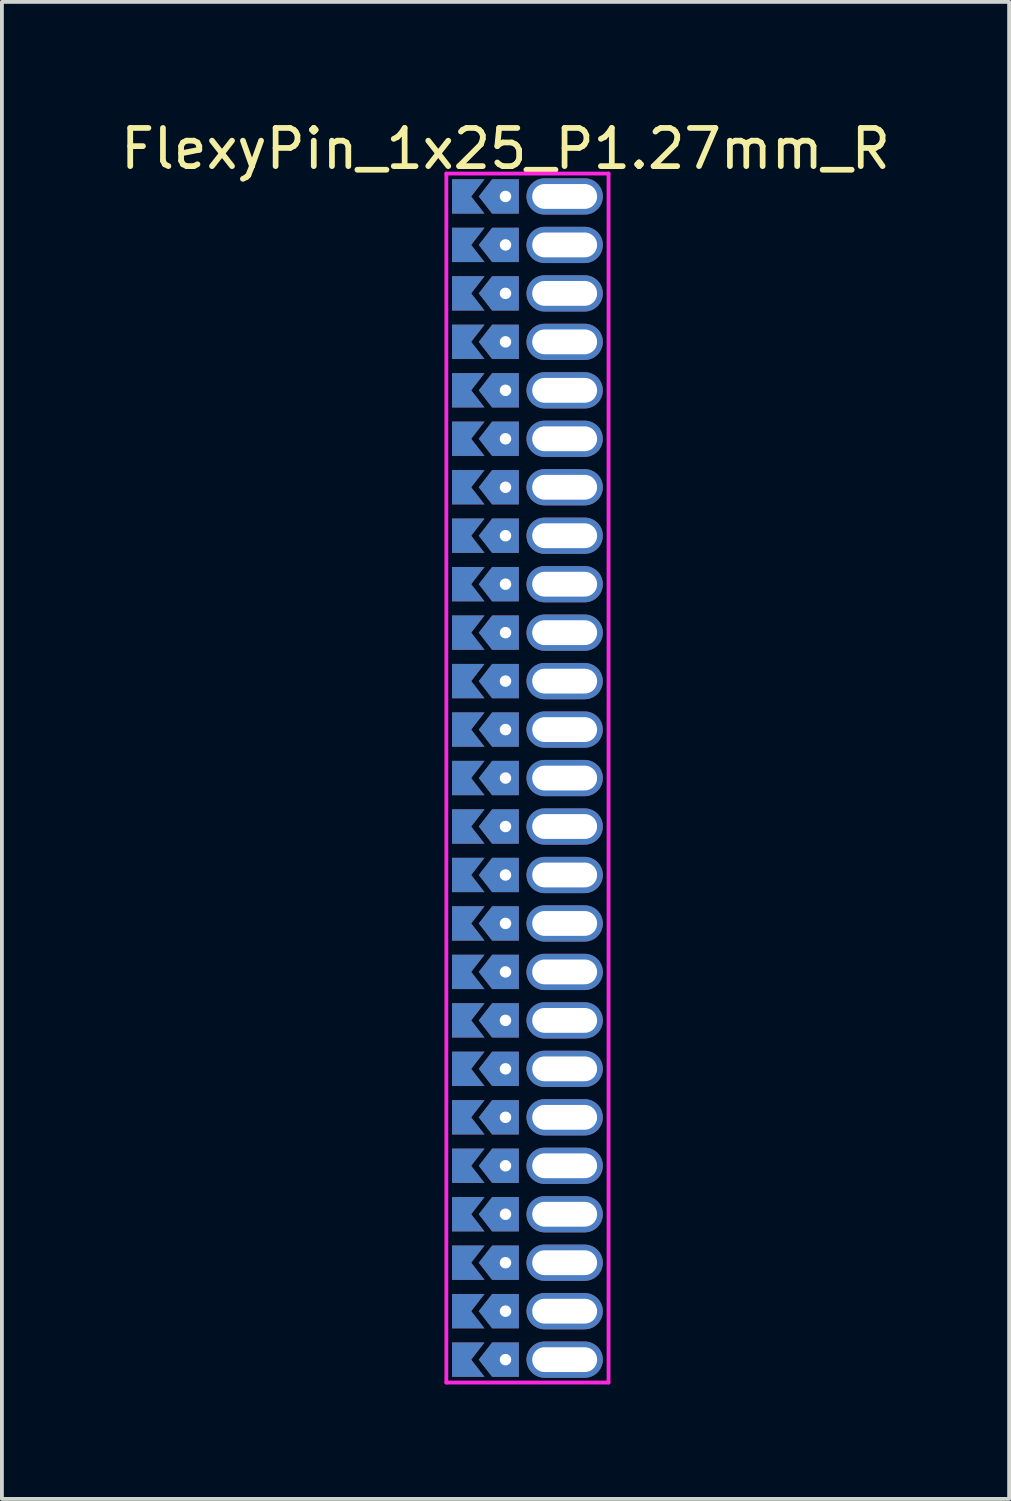
<source format=kicad_pcb>
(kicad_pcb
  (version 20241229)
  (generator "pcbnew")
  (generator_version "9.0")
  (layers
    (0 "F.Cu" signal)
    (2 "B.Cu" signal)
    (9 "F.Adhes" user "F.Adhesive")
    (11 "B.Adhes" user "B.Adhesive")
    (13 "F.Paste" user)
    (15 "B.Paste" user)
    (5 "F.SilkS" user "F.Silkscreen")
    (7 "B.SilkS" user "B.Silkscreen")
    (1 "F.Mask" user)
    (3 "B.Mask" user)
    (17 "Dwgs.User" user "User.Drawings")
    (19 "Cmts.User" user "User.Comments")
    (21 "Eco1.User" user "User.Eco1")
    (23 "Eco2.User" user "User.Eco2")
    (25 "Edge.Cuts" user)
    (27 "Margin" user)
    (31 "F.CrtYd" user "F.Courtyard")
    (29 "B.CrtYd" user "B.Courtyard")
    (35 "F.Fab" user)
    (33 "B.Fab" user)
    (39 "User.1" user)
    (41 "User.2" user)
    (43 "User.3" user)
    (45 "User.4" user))
  (footprint "FlexyPin_1x25_P1.27mm_R"
    (layer "F.Cu")
    (at 10.196 2.098)
    (property "Reference" "FlexyPin_1x25_P1.27mm_R" (at 0 -1.25 0) (layer "F.SilkS") (effects (font (size 1 1) (thickness 0.15))))
    (attr through_hole)
    (fp_line (start -1.55 -0.6) (end 2.7 -0.6) (stroke (width 0.1) (type solid)) (layer "F.CrtYd"))
    (fp_line (start -1.55 31.08) (end -1.55 -0.6) (stroke (width 0.1) (type solid)) (layer "F.CrtYd"))
    (fp_line (start 2.7 -0.6) (end 2.7 31.08) (stroke (width 0.1) (type solid)) (layer "F.CrtYd"))
    (fp_line (start 2.7 31.08) (end -1.55 31.08) (stroke (width 0.1) (type solid)) (layer "F.CrtYd"))
    (pad "" thru_hole custom (at 0 0) (size 0.3 0.3) (drill 0.6) (layers "*.Cu" "*.Mask") (options (anchor rect)) (primitives (gr_poly (pts (xy 0.35 0.45) (xy 0.35 -0.45) (xy -0.35 -0.45) (xy -0.7 0) (xy -0.35 0.45)) (width 0) (fill yes))))
    (pad "" thru_hole custom (at 0 1.27) (size 0.3 0.3) (drill 0.6) (layers "*.Cu" "*.Mask") (options (anchor rect)) (primitives (gr_poly (pts (xy 0.35 0.45) (xy 0.35 -0.45) (xy -0.35 -0.45) (xy -0.7 0) (xy -0.35 0.45)) (width 0) (fill yes))))
    (pad "" thru_hole custom (at 0 2.54) (size 0.3 0.3) (drill 0.6) (layers "*.Cu" "*.Mask") (options (anchor rect)) (primitives (gr_poly (pts (xy 0.35 0.45) (xy 0.35 -0.45) (xy -0.35 -0.45) (xy -0.7 0) (xy -0.35 0.45)) (width 0) (fill yes))))
    (pad "" thru_hole custom (at 0 3.81) (size 0.3 0.3) (drill 0.6) (layers "*.Cu" "*.Mask") (options (anchor rect)) (primitives (gr_poly (pts (xy 0.35 0.45) (xy 0.35 -0.45) (xy -0.35 -0.45) (xy -0.7 0) (xy -0.35 0.45)) (width 0) (fill yes))))
    (pad "" thru_hole custom (at 0 5.08) (size 0.3 0.3) (drill 0.6) (layers "*.Cu" "*.Mask") (options (anchor rect)) (primitives (gr_poly (pts (xy 0.35 0.45) (xy 0.35 -0.45) (xy -0.35 -0.45) (xy -0.7 0) (xy -0.35 0.45)) (width 0) (fill yes))))
    (pad "" thru_hole custom (at 0 6.35) (size 0.3 0.3) (drill 0.6) (layers "*.Cu" "*.Mask") (options (anchor rect)) (primitives (gr_poly (pts (xy 0.35 0.45) (xy 0.35 -0.45) (xy -0.35 -0.45) (xy -0.7 0) (xy -0.35 0.45)) (width 0) (fill yes))))
    (pad "" thru_hole custom (at 0 7.62) (size 0.3 0.3) (drill 0.6) (layers "*.Cu" "*.Mask") (options (anchor rect)) (primitives (gr_poly (pts (xy 0.35 0.45) (xy 0.35 -0.45) (xy -0.35 -0.45) (xy -0.7 0) (xy -0.35 0.45)) (width 0) (fill yes))))
    (pad "" thru_hole custom (at 0 8.89) (size 0.3 0.3) (drill 0.6) (layers "*.Cu" "*.Mask") (options (anchor rect)) (primitives (gr_poly (pts (xy 0.35 0.45) (xy 0.35 -0.45) (xy -0.35 -0.45) (xy -0.7 0) (xy -0.35 0.45)) (width 0) (fill yes))))
    (pad "" thru_hole custom (at 0 10.16) (size 0.3 0.3) (drill 0.6) (layers "*.Cu" "*.Mask") (options (anchor rect)) (primitives (gr_poly (pts (xy 0.35 0.45) (xy 0.35 -0.45) (xy -0.35 -0.45) (xy -0.7 0) (xy -0.35 0.45)) (width 0) (fill yes))))
    (pad "" thru_hole custom (at 0 11.43) (size 0.3 0.3) (drill 0.6) (layers "*.Cu" "*.Mask") (options (anchor rect)) (primitives (gr_poly (pts (xy 0.35 0.45) (xy 0.35 -0.45) (xy -0.35 -0.45) (xy -0.7 0) (xy -0.35 0.45)) (width 0) (fill yes))))
    (pad "" thru_hole custom (at 0 12.7) (size 0.3 0.3) (drill 0.6) (layers "*.Cu" "*.Mask") (options (anchor rect)) (primitives (gr_poly (pts (xy 0.35 0.45) (xy 0.35 -0.45) (xy -0.35 -0.45) (xy -0.7 0) (xy -0.35 0.45)) (width 0) (fill yes))))
    (pad "" thru_hole custom (at 0 13.97) (size 0.3 0.3) (drill 0.6) (layers "*.Cu" "*.Mask") (options (anchor rect)) (primitives (gr_poly (pts (xy 0.35 0.45) (xy 0.35 -0.45) (xy -0.35 -0.45) (xy -0.7 0) (xy -0.35 0.45)) (width 0) (fill yes))))
    (pad "" thru_hole custom (at 0 15.24) (size 0.3 0.3) (drill 0.6) (layers "*.Cu" "*.Mask") (options (anchor rect)) (primitives (gr_poly (pts (xy 0.35 0.45) (xy 0.35 -0.45) (xy -0.35 -0.45) (xy -0.7 0) (xy -0.35 0.45)) (width 0) (fill yes))))
    (pad "" thru_hole custom (at 0 16.51) (size 0.3 0.3) (drill 0.6) (layers "*.Cu" "*.Mask") (options (anchor rect)) (primitives (gr_poly (pts (xy 0.35 0.45) (xy 0.35 -0.45) (xy -0.35 -0.45) (xy -0.7 0) (xy -0.35 0.45)) (width 0) (fill yes))))
    (pad "" thru_hole custom (at 0 17.78) (size 0.3 0.3) (drill 0.6) (layers "*.Cu" "*.Mask") (options (anchor rect)) (primitives (gr_poly (pts (xy 0.35 0.45) (xy 0.35 -0.45) (xy -0.35 -0.45) (xy -0.7 0) (xy -0.35 0.45)) (width 0) (fill yes))))
    (pad "" thru_hole custom (at 0 19.05) (size 0.3 0.3) (drill 0.6) (layers "*.Cu" "*.Mask") (options (anchor rect)) (primitives (gr_poly (pts (xy 0.35 0.45) (xy 0.35 -0.45) (xy -0.35 -0.45) (xy -0.7 0) (xy -0.35 0.45)) (width 0) (fill yes))))
    (pad "" thru_hole custom (at 0 20.32) (size 0.3 0.3) (drill 0.6) (layers "*.Cu" "*.Mask") (options (anchor rect)) (primitives (gr_poly (pts (xy 0.35 0.45) (xy 0.35 -0.45) (xy -0.35 -0.45) (xy -0.7 0) (xy -0.35 0.45)) (width 0) (fill yes))))
    (pad "" thru_hole custom (at 0 21.59) (size 0.3 0.3) (drill 0.6) (layers "*.Cu" "*.Mask") (options (anchor rect)) (primitives (gr_poly (pts (xy 0.35 0.45) (xy 0.35 -0.45) (xy -0.35 -0.45) (xy -0.7 0) (xy -0.35 0.45)) (width 0) (fill yes))))
    (pad "" thru_hole custom (at 0 22.86) (size 0.3 0.3) (drill 0.6) (layers "*.Cu" "*.Mask") (options (anchor rect)) (primitives (gr_poly (pts (xy 0.35 0.45) (xy 0.35 -0.45) (xy -0.35 -0.45) (xy -0.7 0) (xy -0.35 0.45)) (width 0) (fill yes))))
    (pad "" thru_hole custom (at 0 24.13) (size 0.3 0.3) (drill 0.6) (layers "*.Cu" "*.Mask") (options (anchor rect)) (primitives (gr_poly (pts (xy 0.35 0.45) (xy 0.35 -0.45) (xy -0.35 -0.45) (xy -0.7 0) (xy -0.35 0.45)) (width 0) (fill yes))))
    (pad "" thru_hole custom (at 0 25.4) (size 0.3 0.3) (drill 0.6) (layers "*.Cu" "*.Mask") (options (anchor rect)) (primitives (gr_poly (pts (xy 0.35 0.45) (xy 0.35 -0.45) (xy -0.35 -0.45) (xy -0.7 0) (xy -0.35 0.45)) (width 0) (fill yes))))
    (pad "" thru_hole custom (at 0 26.67) (size 0.3 0.3) (drill 0.6) (layers "*.Cu" "*.Mask") (options (anchor rect)) (primitives (gr_poly (pts (xy 0.35 0.45) (xy 0.35 -0.45) (xy -0.35 -0.45) (xy -0.7 0) (xy -0.35 0.45)) (width 0) (fill yes))))
    (pad "" thru_hole custom (at 0 27.94) (size 0.3 0.3) (drill 0.6) (layers "*.Cu" "*.Mask") (options (anchor rect)) (primitives (gr_poly (pts (xy 0.35 0.45) (xy 0.35 -0.45) (xy -0.35 -0.45) (xy -0.7 0) (xy -0.35 0.45)) (width 0) (fill yes))))
    (pad "" thru_hole custom (at 0 29.21) (size 0.3 0.3) (drill 0.6) (layers "*.Cu" "*.Mask") (options (anchor rect)) (primitives (gr_poly (pts (xy 0.35 0.45) (xy 0.35 -0.45) (xy -0.35 -0.45) (xy -0.7 0) (xy -0.35 0.45)) (width 0) (fill yes))))
    (pad "" thru_hole custom (at 0 30.48) (size 0.3 0.3) (drill 0.6) (layers "*.Cu" "*.Mask") (options (anchor rect)) (primitives (gr_poly (pts (xy 0.35 0.45) (xy 0.35 -0.45) (xy -0.35 -0.45) (xy -0.7 0) (xy -0.35 0.45)) (width 0) (fill yes))))
    (pad "" thru_hole oval (at 1.55 0) (size 2 0.95) (drill oval 1.7 0.65) (layers "*.Cu" "*.Mask"))
    (pad "" thru_hole oval (at 1.55 1.27) (size 2 0.95) (drill oval 1.7 0.65) (layers "*.Cu" "*.Mask"))
    (pad "" thru_hole oval (at 1.55 2.54) (size 2 0.95) (drill oval 1.7 0.65) (layers "*.Cu" "*.Mask"))
    (pad "" thru_hole oval (at 1.55 3.81) (size 2 0.95) (drill oval 1.7 0.65) (layers "*.Cu" "*.Mask"))
    (pad "" thru_hole oval (at 1.55 5.08) (size 2 0.95) (drill oval 1.7 0.65) (layers "*.Cu" "*.Mask"))
    (pad "" thru_hole oval (at 1.55 6.35) (size 2 0.95) (drill oval 1.7 0.65) (layers "*.Cu" "*.Mask"))
    (pad "" thru_hole oval (at 1.55 7.62) (size 2 0.95) (drill oval 1.7 0.65) (layers "*.Cu" "*.Mask"))
    (pad "" thru_hole oval (at 1.55 8.89) (size 2 0.95) (drill oval 1.7 0.65) (layers "*.Cu" "*.Mask"))
    (pad "" thru_hole oval (at 1.55 10.16) (size 2 0.95) (drill oval 1.7 0.65) (layers "*.Cu" "*.Mask"))
    (pad "" thru_hole oval (at 1.55 11.43) (size 2 0.95) (drill oval 1.7 0.65) (layers "*.Cu" "*.Mask"))
    (pad "" thru_hole oval (at 1.55 12.7) (size 2 0.95) (drill oval 1.7 0.65) (layers "*.Cu" "*.Mask"))
    (pad "" thru_hole oval (at 1.55 13.97) (size 2 0.95) (drill oval 1.7 0.65) (layers "*.Cu" "*.Mask"))
    (pad "" thru_hole oval (at 1.55 15.24) (size 2 0.95) (drill oval 1.7 0.65) (layers "*.Cu" "*.Mask"))
    (pad "" thru_hole oval (at 1.55 16.51) (size 2 0.95) (drill oval 1.7 0.65) (layers "*.Cu" "*.Mask"))
    (pad "" thru_hole oval (at 1.55 17.78) (size 2 0.95) (drill oval 1.7 0.65) (layers "*.Cu" "*.Mask"))
    (pad "" thru_hole oval (at 1.55 19.05) (size 2 0.95) (drill oval 1.7 0.65) (layers "*.Cu" "*.Mask"))
    (pad "" thru_hole oval (at 1.55 20.32) (size 2 0.95) (drill oval 1.7 0.65) (layers "*.Cu" "*.Mask"))
    (pad "" thru_hole oval (at 1.55 21.59) (size 2 0.95) (drill oval 1.7 0.65) (layers "*.Cu" "*.Mask"))
    (pad "" thru_hole oval (at 1.55 22.86) (size 2 0.95) (drill oval 1.7 0.65) (layers "*.Cu" "*.Mask"))
    (pad "" thru_hole oval (at 1.55 24.13) (size 2 0.95) (drill oval 1.7 0.65) (layers "*.Cu" "*.Mask"))
    (pad "" thru_hole oval (at 1.55 25.4) (size 2 0.95) (drill oval 1.7 0.65) (layers "*.Cu" "*.Mask"))
    (pad "" thru_hole oval (at 1.55 26.67) (size 2 0.95) (drill oval 1.7 0.65) (layers "*.Cu" "*.Mask"))
    (pad "" thru_hole oval (at 1.55 27.94) (size 2 0.95) (drill oval 1.7 0.65) (layers "*.Cu" "*.Mask"))
    (pad "" thru_hole oval (at 1.55 29.21) (size 2 0.95) (drill oval 1.7 0.65) (layers "*.Cu" "*.Mask"))
    (pad "" thru_hole oval (at 1.55 30.48) (size 2 0.95) (drill oval 1.7 0.65) (layers "*.Cu" "*.Mask"))
    (pad "1" smd custom (at -0.9 0) (size 0.01 0.01) (layers "F.Cu" "F.Mask") (options (anchor rect)) (primitives (gr_poly (pts (xy 0 0) (xy 0.35 0.45) (xy -0.5 0.45) (xy -0.5 -0.45) (xy 0.35 -0.45)) (width 0) (fill yes))))
    (pad "1" smd custom (at -0.9 1.27) (size 0.01 0.01) (layers "F.Cu" "F.Mask") (options (anchor rect)) (primitives (gr_poly (pts (xy 0 0) (xy 0.35 0.45) (xy -0.5 0.45) (xy -0.5 -0.45) (xy 0.35 -0.45)) (width 0) (fill yes))))
    (pad "1" smd custom (at -0.9 2.54) (size 0.01 0.01) (layers "F.Cu" "F.Mask") (options (anchor rect)) (primitives (gr_poly (pts (xy 0 0) (xy 0.35 0.45) (xy -0.5 0.45) (xy -0.5 -0.45) (xy 0.35 -0.45)) (width 0) (fill yes))))
    (pad "1" smd custom (at -0.9 3.81) (size 0.01 0.01) (layers "F.Cu" "F.Mask") (options (anchor rect)) (primitives (gr_poly (pts (xy 0 0) (xy 0.35 0.45) (xy -0.5 0.45) (xy -0.5 -0.45) (xy 0.35 -0.45)) (width 0) (fill yes))))
    (pad "1" smd custom (at -0.9 5.08) (size 0.01 0.01) (layers "F.Cu" "F.Mask") (options (anchor rect)) (primitives (gr_poly (pts (xy 0 0) (xy 0.35 0.45) (xy -0.5 0.45) (xy -0.5 -0.45) (xy 0.35 -0.45)) (width 0) (fill yes))))
    (pad "1" smd custom (at -0.9 6.35) (size 0.01 0.01) (layers "F.Cu" "F.Mask") (options (anchor rect)) (primitives (gr_poly (pts (xy 0 0) (xy 0.35 0.45) (xy -0.5 0.45) (xy -0.5 -0.45) (xy 0.35 -0.45)) (width 0) (fill yes))))
    (pad "1" smd custom (at -0.9 7.62) (size 0.01 0.01) (layers "F.Cu" "F.Mask") (options (anchor rect)) (primitives (gr_poly (pts (xy 0 0) (xy 0.35 0.45) (xy -0.5 0.45) (xy -0.5 -0.45) (xy 0.35 -0.45)) (width 0) (fill yes))))
    (pad "1" smd custom (at -0.9 8.89) (size 0.01 0.01) (layers "F.Cu" "F.Mask") (options (anchor rect)) (primitives (gr_poly (pts (xy 0 0) (xy 0.35 0.45) (xy -0.5 0.45) (xy -0.5 -0.45) (xy 0.35 -0.45)) (width 0) (fill yes))))
    (pad "1" smd custom (at -0.9 10.16) (size 0.01 0.01) (layers "F.Cu" "F.Mask") (options (anchor rect)) (primitives (gr_poly (pts (xy 0 0) (xy 0.35 0.45) (xy -0.5 0.45) (xy -0.5 -0.45) (xy 0.35 -0.45)) (width 0) (fill yes))))
    (pad "1" smd custom (at -0.9 11.43) (size 0.01 0.01) (layers "F.Cu" "F.Mask") (options (anchor rect)) (primitives (gr_poly (pts (xy 0 0) (xy 0.35 0.45) (xy -0.5 0.45) (xy -0.5 -0.45) (xy 0.35 -0.45)) (width 0) (fill yes))))
    (pad "1" smd custom (at -0.9 12.7) (size 0.01 0.01) (layers "F.Cu" "F.Mask") (options (anchor rect)) (primitives (gr_poly (pts (xy 0 0) (xy 0.35 0.45) (xy -0.5 0.45) (xy -0.5 -0.45) (xy 0.35 -0.45)) (width 0) (fill yes))))
    (pad "1" smd custom (at -0.9 13.97) (size 0.01 0.01) (layers "F.Cu" "F.Mask") (options (anchor rect)) (primitives (gr_poly (pts (xy 0 0) (xy 0.35 0.45) (xy -0.5 0.45) (xy -0.5 -0.45) (xy 0.35 -0.45)) (width 0) (fill yes))))
    (pad "1" smd custom (at -0.9 15.24) (size 0.01 0.01) (layers "F.Cu" "F.Mask") (options (anchor rect)) (primitives (gr_poly (pts (xy 0 0) (xy 0.35 0.45) (xy -0.5 0.45) (xy -0.5 -0.45) (xy 0.35 -0.45)) (width 0) (fill yes))))
    (pad "1" smd custom (at -0.9 16.51) (size 0.01 0.01) (layers "F.Cu" "F.Mask") (options (anchor rect)) (primitives (gr_poly (pts (xy 0 0) (xy 0.35 0.45) (xy -0.5 0.45) (xy -0.5 -0.45) (xy 0.35 -0.45)) (width 0) (fill yes))))
    (pad "1" smd custom (at -0.9 17.78) (size 0.01 0.01) (layers "F.Cu" "F.Mask") (options (anchor rect)) (primitives (gr_poly (pts (xy 0 0) (xy 0.35 0.45) (xy -0.5 0.45) (xy -0.5 -0.45) (xy 0.35 -0.45)) (width 0) (fill yes))))
    (pad "1" smd custom (at -0.9 19.05) (size 0.01 0.01) (layers "F.Cu" "F.Mask") (options (anchor rect)) (primitives (gr_poly (pts (xy 0 0) (xy 0.35 0.45) (xy -0.5 0.45) (xy -0.5 -0.45) (xy 0.35 -0.45)) (width 0) (fill yes))))
    (pad "1" smd custom (at -0.9 20.32) (size 0.01 0.01) (layers "F.Cu" "F.Mask") (options (anchor rect)) (primitives (gr_poly (pts (xy 0 0) (xy 0.35 0.45) (xy -0.5 0.45) (xy -0.5 -0.45) (xy 0.35 -0.45)) (width 0) (fill yes))))
    (pad "1" smd custom (at -0.9 21.59) (size 0.01 0.01) (layers "F.Cu" "F.Mask") (options (anchor rect)) (primitives (gr_poly (pts (xy 0 0) (xy 0.35 0.45) (xy -0.5 0.45) (xy -0.5 -0.45) (xy 0.35 -0.45)) (width 0) (fill yes))))
    (pad "1" smd custom (at -0.9 22.86) (size 0.01 0.01) (layers "F.Cu" "F.Mask") (options (anchor rect)) (primitives (gr_poly (pts (xy 0 0) (xy 0.35 0.45) (xy -0.5 0.45) (xy -0.5 -0.45) (xy 0.35 -0.45)) (width 0) (fill yes))))
    (pad "1" smd custom (at -0.9 24.13) (size 0.01 0.01) (layers "F.Cu" "F.Mask") (options (anchor rect)) (primitives (gr_poly (pts (xy 0 0) (xy 0.35 0.45) (xy -0.5 0.45) (xy -0.5 -0.45) (xy 0.35 -0.45)) (width 0) (fill yes))))
    (pad "1" smd custom (at -0.9 25.4) (size 0.01 0.01) (layers "F.Cu" "F.Mask") (options (anchor rect)) (primitives (gr_poly (pts (xy 0 0) (xy 0.35 0.45) (xy -0.5 0.45) (xy -0.5 -0.45) (xy 0.35 -0.45)) (width 0) (fill yes))))
    (pad "1" smd custom (at -0.9 26.67) (size 0.01 0.01) (layers "F.Cu" "F.Mask") (options (anchor rect)) (primitives (gr_poly (pts (xy 0 0) (xy 0.35 0.45) (xy -0.5 0.45) (xy -0.5 -0.45) (xy 0.35 -0.45)) (width 0) (fill yes))))
    (pad "1" smd custom (at -0.9 27.94) (size 0.01 0.01) (layers "F.Cu" "F.Mask") (options (anchor rect)) (primitives (gr_poly (pts (xy 0 0) (xy 0.35 0.45) (xy -0.5 0.45) (xy -0.5 -0.45) (xy 0.35 -0.45)) (width 0) (fill yes))))
    (pad "1" smd custom (at -0.9 29.21) (size 0.01 0.01) (layers "F.Cu" "F.Mask") (options (anchor rect)) (primitives (gr_poly (pts (xy 0 0) (xy 0.35 0.45) (xy -0.5 0.45) (xy -0.5 -0.45) (xy 0.35 -0.45)) (width 0) (fill yes))))
    (pad "1" smd custom (at -0.9 30.48) (size 0.01 0.01) (layers "F.Cu" "F.Mask") (options (anchor rect)) (primitives (gr_poly (pts (xy 0 0) (xy 0.35 0.45) (xy -0.5 0.45) (xy -0.5 -0.45) (xy 0.35 -0.45)) (width 0) (fill yes))))
    (pad "2" smd custom (at -0.9 0) (size 0.01 0.01) (layers "B.Cu" "B.Mask") (options (anchor rect)) (primitives (gr_poly (pts (xy 0 0) (xy 0.35 0.45) (xy -0.5 0.45) (xy -0.5 -0.45) (xy 0.35 -0.45)) (width 0) (fill yes))))
    (pad "2" smd custom (at -0.9 1.27) (size 0.01 0.01) (layers "B.Cu" "B.Mask") (options (anchor rect)) (primitives (gr_poly (pts (xy 0 0) (xy 0.35 0.45) (xy -0.5 0.45) (xy -0.5 -0.45) (xy 0.35 -0.45)) (width 0) (fill yes))))
    (pad "2" smd custom (at -0.9 2.54) (size 0.01 0.01) (layers "B.Cu" "B.Mask") (options (anchor rect)) (primitives (gr_poly (pts (xy 0 0) (xy 0.35 0.45) (xy -0.5 0.45) (xy -0.5 -0.45) (xy 0.35 -0.45)) (width 0) (fill yes))))
    (pad "2" smd custom (at -0.9 3.81) (size 0.01 0.01) (layers "B.Cu" "B.Mask") (options (anchor rect)) (primitives (gr_poly (pts (xy 0 0) (xy 0.35 0.45) (xy -0.5 0.45) (xy -0.5 -0.45) (xy 0.35 -0.45)) (width 0) (fill yes))))
    (pad "2" smd custom (at -0.9 5.08) (size 0.01 0.01) (layers "B.Cu" "B.Mask") (options (anchor rect)) (primitives (gr_poly (pts (xy 0 0) (xy 0.35 0.45) (xy -0.5 0.45) (xy -0.5 -0.45) (xy 0.35 -0.45)) (width 0) (fill yes))))
    (pad "2" smd custom (at -0.9 6.35) (size 0.01 0.01) (layers "B.Cu" "B.Mask") (options (anchor rect)) (primitives (gr_poly (pts (xy 0 0) (xy 0.35 0.45) (xy -0.5 0.45) (xy -0.5 -0.45) (xy 0.35 -0.45)) (width 0) (fill yes))))
    (pad "2" smd custom (at -0.9 7.62) (size 0.01 0.01) (layers "B.Cu" "B.Mask") (options (anchor rect)) (primitives (gr_poly (pts (xy 0 0) (xy 0.35 0.45) (xy -0.5 0.45) (xy -0.5 -0.45) (xy 0.35 -0.45)) (width 0) (fill yes))))
    (pad "2" smd custom (at -0.9 8.89) (size 0.01 0.01) (layers "B.Cu" "B.Mask") (options (anchor rect)) (primitives (gr_poly (pts (xy 0 0) (xy 0.35 0.45) (xy -0.5 0.45) (xy -0.5 -0.45) (xy 0.35 -0.45)) (width 0) (fill yes))))
    (pad "2" smd custom (at -0.9 10.16) (size 0.01 0.01) (layers "B.Cu" "B.Mask") (options (anchor rect)) (primitives (gr_poly (pts (xy 0 0) (xy 0.35 0.45) (xy -0.5 0.45) (xy -0.5 -0.45) (xy 0.35 -0.45)) (width 0) (fill yes))))
    (pad "2" smd custom (at -0.9 11.43) (size 0.01 0.01) (layers "B.Cu" "B.Mask") (options (anchor rect)) (primitives (gr_poly (pts (xy 0 0) (xy 0.35 0.45) (xy -0.5 0.45) (xy -0.5 -0.45) (xy 0.35 -0.45)) (width 0) (fill yes))))
    (pad "2" smd custom (at -0.9 12.7) (size 0.01 0.01) (layers "B.Cu" "B.Mask") (options (anchor rect)) (primitives (gr_poly (pts (xy 0 0) (xy 0.35 0.45) (xy -0.5 0.45) (xy -0.5 -0.45) (xy 0.35 -0.45)) (width 0) (fill yes))))
    (pad "2" smd custom (at -0.9 13.97) (size 0.01 0.01) (layers "B.Cu" "B.Mask") (options (anchor rect)) (primitives (gr_poly (pts (xy 0 0) (xy 0.35 0.45) (xy -0.5 0.45) (xy -0.5 -0.45) (xy 0.35 -0.45)) (width 0) (fill yes))))
    (pad "2" smd custom (at -0.9 15.24) (size 0.01 0.01) (layers "B.Cu" "B.Mask") (options (anchor rect)) (primitives (gr_poly (pts (xy 0 0) (xy 0.35 0.45) (xy -0.5 0.45) (xy -0.5 -0.45) (xy 0.35 -0.45)) (width 0) (fill yes))))
    (pad "2" smd custom (at -0.9 16.51) (size 0.01 0.01) (layers "B.Cu" "B.Mask") (options (anchor rect)) (primitives (gr_poly (pts (xy 0 0) (xy 0.35 0.45) (xy -0.5 0.45) (xy -0.5 -0.45) (xy 0.35 -0.45)) (width 0) (fill yes))))
    (pad "2" smd custom (at -0.9 17.78) (size 0.01 0.01) (layers "B.Cu" "B.Mask") (options (anchor rect)) (primitives (gr_poly (pts (xy 0 0) (xy 0.35 0.45) (xy -0.5 0.45) (xy -0.5 -0.45) (xy 0.35 -0.45)) (width 0) (fill yes))))
    (pad "2" smd custom (at -0.9 19.05) (size 0.01 0.01) (layers "B.Cu" "B.Mask") (options (anchor rect)) (primitives (gr_poly (pts (xy 0 0) (xy 0.35 0.45) (xy -0.5 0.45) (xy -0.5 -0.45) (xy 0.35 -0.45)) (width 0) (fill yes))))
    (pad "2" smd custom (at -0.9 20.32) (size 0.01 0.01) (layers "B.Cu" "B.Mask") (options (anchor rect)) (primitives (gr_poly (pts (xy 0 0) (xy 0.35 0.45) (xy -0.5 0.45) (xy -0.5 -0.45) (xy 0.35 -0.45)) (width 0) (fill yes))))
    (pad "2" smd custom (at -0.9 21.59) (size 0.01 0.01) (layers "B.Cu" "B.Mask") (options (anchor rect)) (primitives (gr_poly (pts (xy 0 0) (xy 0.35 0.45) (xy -0.5 0.45) (xy -0.5 -0.45) (xy 0.35 -0.45)) (width 0) (fill yes))))
    (pad "2" smd custom (at -0.9 22.86) (size 0.01 0.01) (layers "B.Cu" "B.Mask") (options (anchor rect)) (primitives (gr_poly (pts (xy 0 0) (xy 0.35 0.45) (xy -0.5 0.45) (xy -0.5 -0.45) (xy 0.35 -0.45)) (width 0) (fill yes))))
    (pad "2" smd custom (at -0.9 24.13) (size 0.01 0.01) (layers "B.Cu" "B.Mask") (options (anchor rect)) (primitives (gr_poly (pts (xy 0 0) (xy 0.35 0.45) (xy -0.5 0.45) (xy -0.5 -0.45) (xy 0.35 -0.45)) (width 0) (fill yes))))
    (pad "2" smd custom (at -0.9 25.4) (size 0.01 0.01) (layers "B.Cu" "B.Mask") (options (anchor rect)) (primitives (gr_poly (pts (xy 0 0) (xy 0.35 0.45) (xy -0.5 0.45) (xy -0.5 -0.45) (xy 0.35 -0.45)) (width 0) (fill yes))))
    (pad "2" smd custom (at -0.9 26.67) (size 0.01 0.01) (layers "B.Cu" "B.Mask") (options (anchor rect)) (primitives (gr_poly (pts (xy 0 0) (xy 0.35 0.45) (xy -0.5 0.45) (xy -0.5 -0.45) (xy 0.35 -0.45)) (width 0) (fill yes))))
    (pad "2" smd custom (at -0.9 27.94) (size 0.01 0.01) (layers "B.Cu" "B.Mask") (options (anchor rect)) (primitives (gr_poly (pts (xy 0 0) (xy 0.35 0.45) (xy -0.5 0.45) (xy -0.5 -0.45) (xy 0.35 -0.45)) (width 0) (fill yes))))
    (pad "2" smd custom (at -0.9 29.21) (size 0.01 0.01) (layers "B.Cu" "B.Mask") (options (anchor rect)) (primitives (gr_poly (pts (xy 0 0) (xy 0.35 0.45) (xy -0.5 0.45) (xy -0.5 -0.45) (xy 0.35 -0.45)) (width 0) (fill yes))))
    (pad "2" smd custom (at -0.9 30.48) (size 0.01 0.01) (layers "B.Cu" "B.Mask") (options (anchor rect)) (primitives (gr_poly (pts (xy 0 0) (xy 0.35 0.45) (xy -0.5 0.45) (xy -0.5 -0.45) (xy 0.35 -0.45)) (width 0) (fill yes)))))
  (gr_rect
    (start -3 -3)
    (end 23.393 36.228)
    (stroke (width 0.1) (type default))
    (fill no)
    (layer "Edge.Cuts")))
</source>
